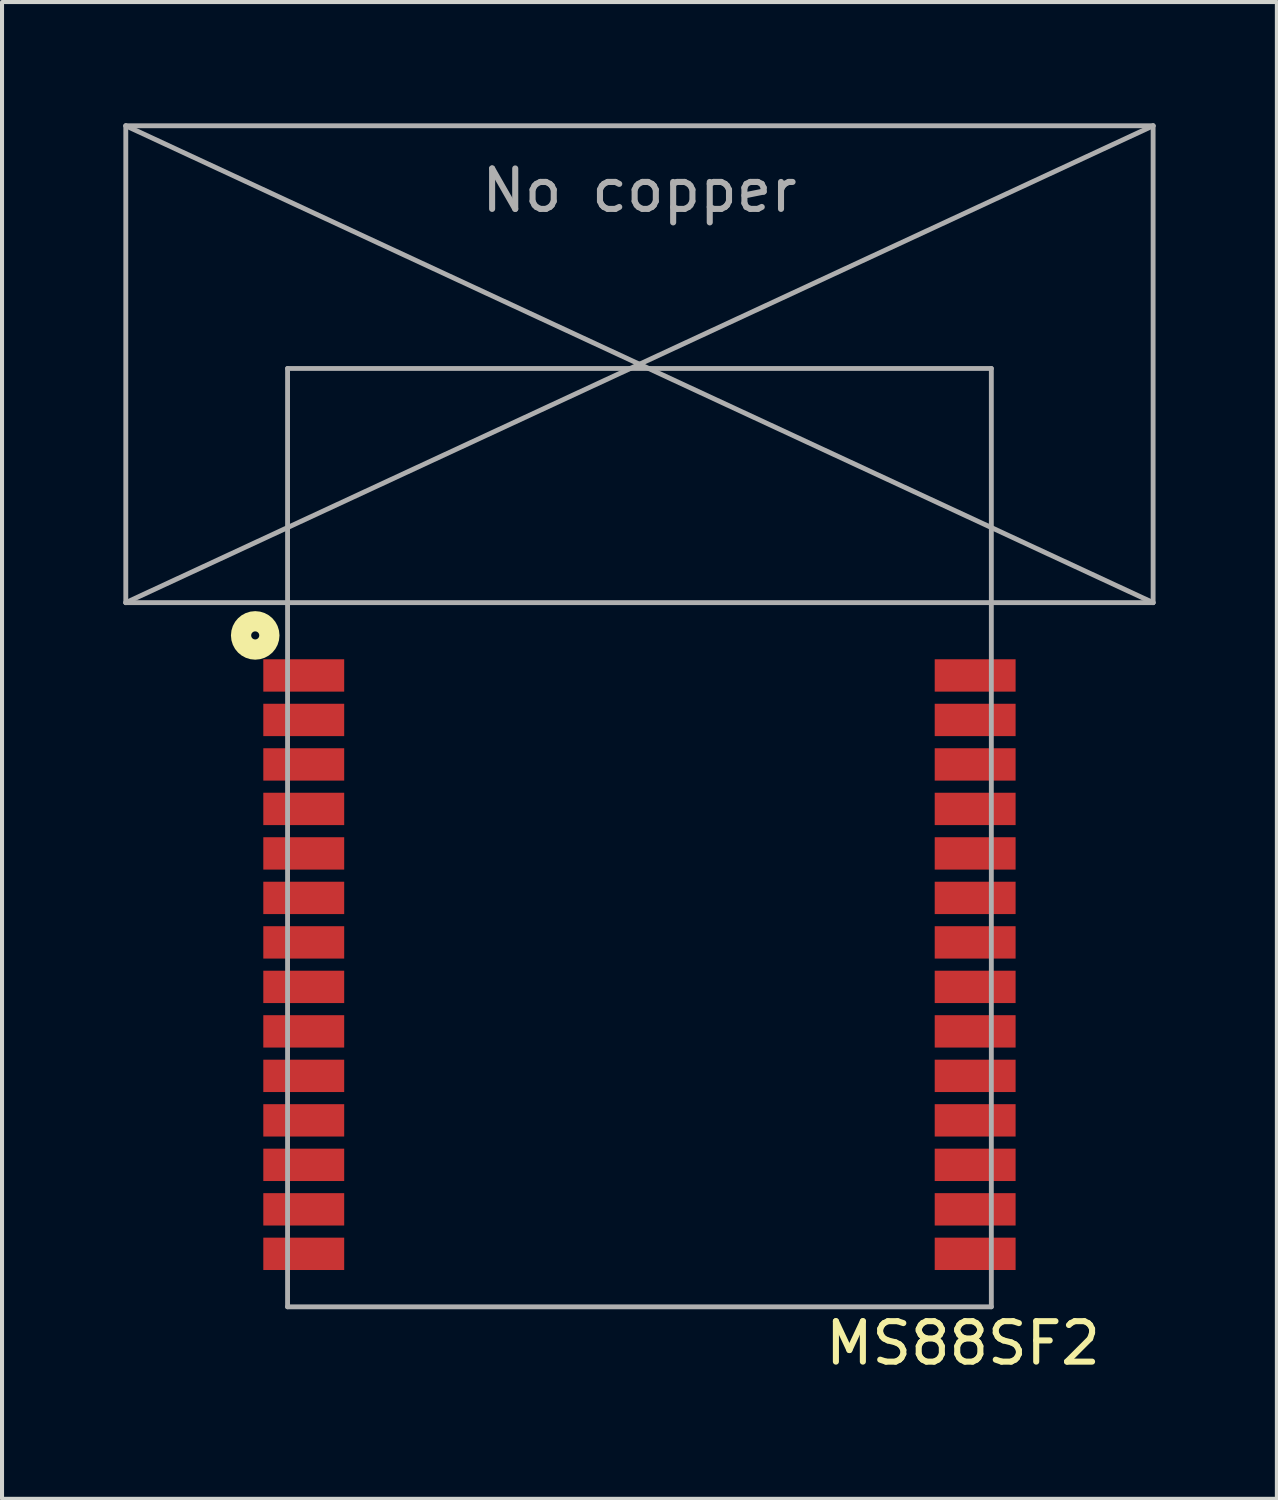
<source format=kicad_pcb>
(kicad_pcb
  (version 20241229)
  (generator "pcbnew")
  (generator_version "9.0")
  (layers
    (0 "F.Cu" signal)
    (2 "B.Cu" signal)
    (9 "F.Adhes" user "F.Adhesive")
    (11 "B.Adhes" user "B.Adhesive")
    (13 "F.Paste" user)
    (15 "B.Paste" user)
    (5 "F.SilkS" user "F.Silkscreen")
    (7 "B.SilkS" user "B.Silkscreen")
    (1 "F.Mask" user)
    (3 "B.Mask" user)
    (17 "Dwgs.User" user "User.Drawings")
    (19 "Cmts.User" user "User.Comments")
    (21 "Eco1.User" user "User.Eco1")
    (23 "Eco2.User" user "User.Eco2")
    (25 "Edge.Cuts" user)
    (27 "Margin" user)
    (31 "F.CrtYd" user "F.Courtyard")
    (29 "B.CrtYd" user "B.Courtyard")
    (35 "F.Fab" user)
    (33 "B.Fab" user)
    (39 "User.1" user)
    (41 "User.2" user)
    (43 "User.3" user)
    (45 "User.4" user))
  (footprint "MS88SF2"
    (layer "F.Cu")
    (at 12.76 17.66)
    (property "Reference" "MS88SF2" (at 8 12.5 0) (layer "F.SilkS") (effects (font (size 1 1) (thickness 0.15))))
    (attr through_hole)
    (fp_circle (center -9.5 -5) (end -9.4 -5) (stroke (width 0.5) (type solid)) (fill no) (layer "F.SilkS"))
    (fp_line (start -12.7 -5.81) (end -12.7 -17.6) (stroke (width 0.12) (type solid)) (layer "F.Fab"))
    (fp_line (start -12.7 -5.81) (end 12.7 -17.6) (stroke (width 0.12) (type solid)) (layer "F.Fab"))
    (fp_line (start -8.7 -11.6) (end -8.7 11.6) (stroke (width 0.12) (type solid)) (layer "F.Fab"))
    (fp_line (start -8.7 -5.81) (end -12.7 -5.81) (stroke (width 0.12) (type solid)) (layer "F.Fab"))
    (fp_line (start -8.7 11.6) (end 8.7 11.6) (stroke (width 0.12) (type solid)) (layer "F.Fab"))
    (fp_line (start 8.7 -11.6) (end -8.7 -11.6) (stroke (width 0.12) (type solid)) (layer "F.Fab"))
    (fp_line (start 8.7 -5.81) (end -8.7 -5.81) (stroke (width 0.12) (type solid)) (layer "F.Fab"))
    (fp_line (start 8.7 -5.81) (end 12.7 -5.81) (stroke (width 0.12) (type solid)) (layer "F.Fab"))
    (fp_line (start 8.7 11.6) (end 8.7 -11.6) (stroke (width 0.12) (type solid)) (layer "F.Fab"))
    (fp_line (start 12.7 -17.6) (end -12.7 -17.6) (stroke (width 0.12) (type solid)) (layer "F.Fab"))
    (fp_line (start 12.7 -5.81) (end -12.7 -17.6) (stroke (width 0.12) (type solid)) (layer "F.Fab"))
    (fp_line (start 12.7 -5.81) (end 12.7 -17.6) (stroke (width 0.12) (type solid)) (layer "F.Fab"))
    (fp_text user "No copper" (at 0 -16 0) (layer "F.Fab") (effects (font (size 1 1) (thickness 0.15))))
    (pad "1" smd rect (at -8.3 -4.01) (size 2 0.8) (layers "F.Cu" "F.Mask" "F.Paste"))
    (pad "2" smd rect (at -8.3 -2.91) (size 2 0.8) (layers "F.Cu" "F.Mask" "F.Paste"))
    (pad "3" smd rect (at -8.3 -1.81) (size 2 0.8) (layers "F.Cu" "F.Mask" "F.Paste"))
    (pad "4" smd rect (at -8.3 -0.71) (size 2 0.8) (layers "F.Cu" "F.Mask" "F.Paste"))
    (pad "5" smd rect (at -8.3 0.39) (size 2 0.8) (layers "F.Cu" "F.Mask" "F.Paste"))
    (pad "6" smd rect (at -8.3 1.49) (size 2 0.8) (layers "F.Cu" "F.Mask" "F.Paste"))
    (pad "7" smd rect (at -8.3 2.59) (size 2 0.8) (layers "F.Cu" "F.Mask" "F.Paste"))
    (pad "8" smd rect (at -8.3 3.69) (size 2 0.8) (layers "F.Cu" "F.Mask" "F.Paste"))
    (pad "9" smd rect (at -8.3 4.79) (size 2 0.8) (layers "F.Cu" "F.Mask" "F.Paste"))
    (pad "10" smd rect (at -8.3 5.89) (size 2 0.8) (layers "F.Cu" "F.Mask" "F.Paste"))
    (pad "11" smd rect (at -8.3 6.99) (size 2 0.8) (layers "F.Cu" "F.Mask" "F.Paste"))
    (pad "12" smd rect (at -8.3 8.09) (size 2 0.8) (layers "F.Cu" "F.Mask" "F.Paste"))
    (pad "13" smd rect (at -8.3 9.19) (size 2 0.8) (layers "F.Cu" "F.Mask" "F.Paste"))
    (pad "14" smd rect (at -8.3 10.29) (size 2 0.8) (layers "F.Cu" "F.Mask" "F.Paste"))
    (pad "15" smd rect (at 8.3 10.29) (size 2 0.8) (layers "F.Cu" "F.Mask" "F.Paste"))
    (pad "16" smd rect (at 8.3 9.19) (size 2 0.8) (layers "F.Cu" "F.Mask" "F.Paste"))
    (pad "17" smd rect (at 8.3 8.09) (size 2 0.8) (layers "F.Cu" "F.Mask" "F.Paste"))
    (pad "18" smd rect (at 8.3 6.99) (size 2 0.8) (layers "F.Cu" "F.Mask" "F.Paste"))
    (pad "19" smd rect (at 8.3 5.89) (size 2 0.8) (layers "F.Cu" "F.Mask" "F.Paste"))
    (pad "20" smd rect (at 8.3 4.79) (size 2 0.8) (layers "F.Cu" "F.Mask" "F.Paste"))
    (pad "21" smd rect (at 8.3 3.69) (size 2 0.8) (layers "F.Cu" "F.Mask" "F.Paste"))
    (pad "22" smd rect (at 8.3 2.59) (size 2 0.8) (layers "F.Cu" "F.Mask" "F.Paste"))
    (pad "23" smd rect (at 8.3 1.49) (size 2 0.8) (layers "F.Cu" "F.Mask" "F.Paste"))
    (pad "24" smd rect (at 8.3 0.39) (size 2 0.8) (layers "F.Cu" "F.Mask" "F.Paste"))
    (pad "25" smd rect (at 8.3 -0.71) (size 2 0.8) (layers "F.Cu" "F.Mask" "F.Paste"))
    (pad "26" smd rect (at 8.3 -1.81) (size 2 0.8) (layers "F.Cu" "F.Mask" "F.Paste"))
    (pad "27" smd rect (at 8.3 -2.91) (size 2 0.8) (layers "F.Cu" "F.Mask" "F.Paste"))
    (pad "28" smd rect (at 8.3 -4.01) (size 2 0.8) (layers "F.Cu" "F.Mask" "F.Paste")))
  (gr_rect
    (start -3 -3)
    (end 28.52 34.008)
    (stroke (width 0.1) (type default))
    (fill no)
    (layer "Edge.Cuts")))
</source>
